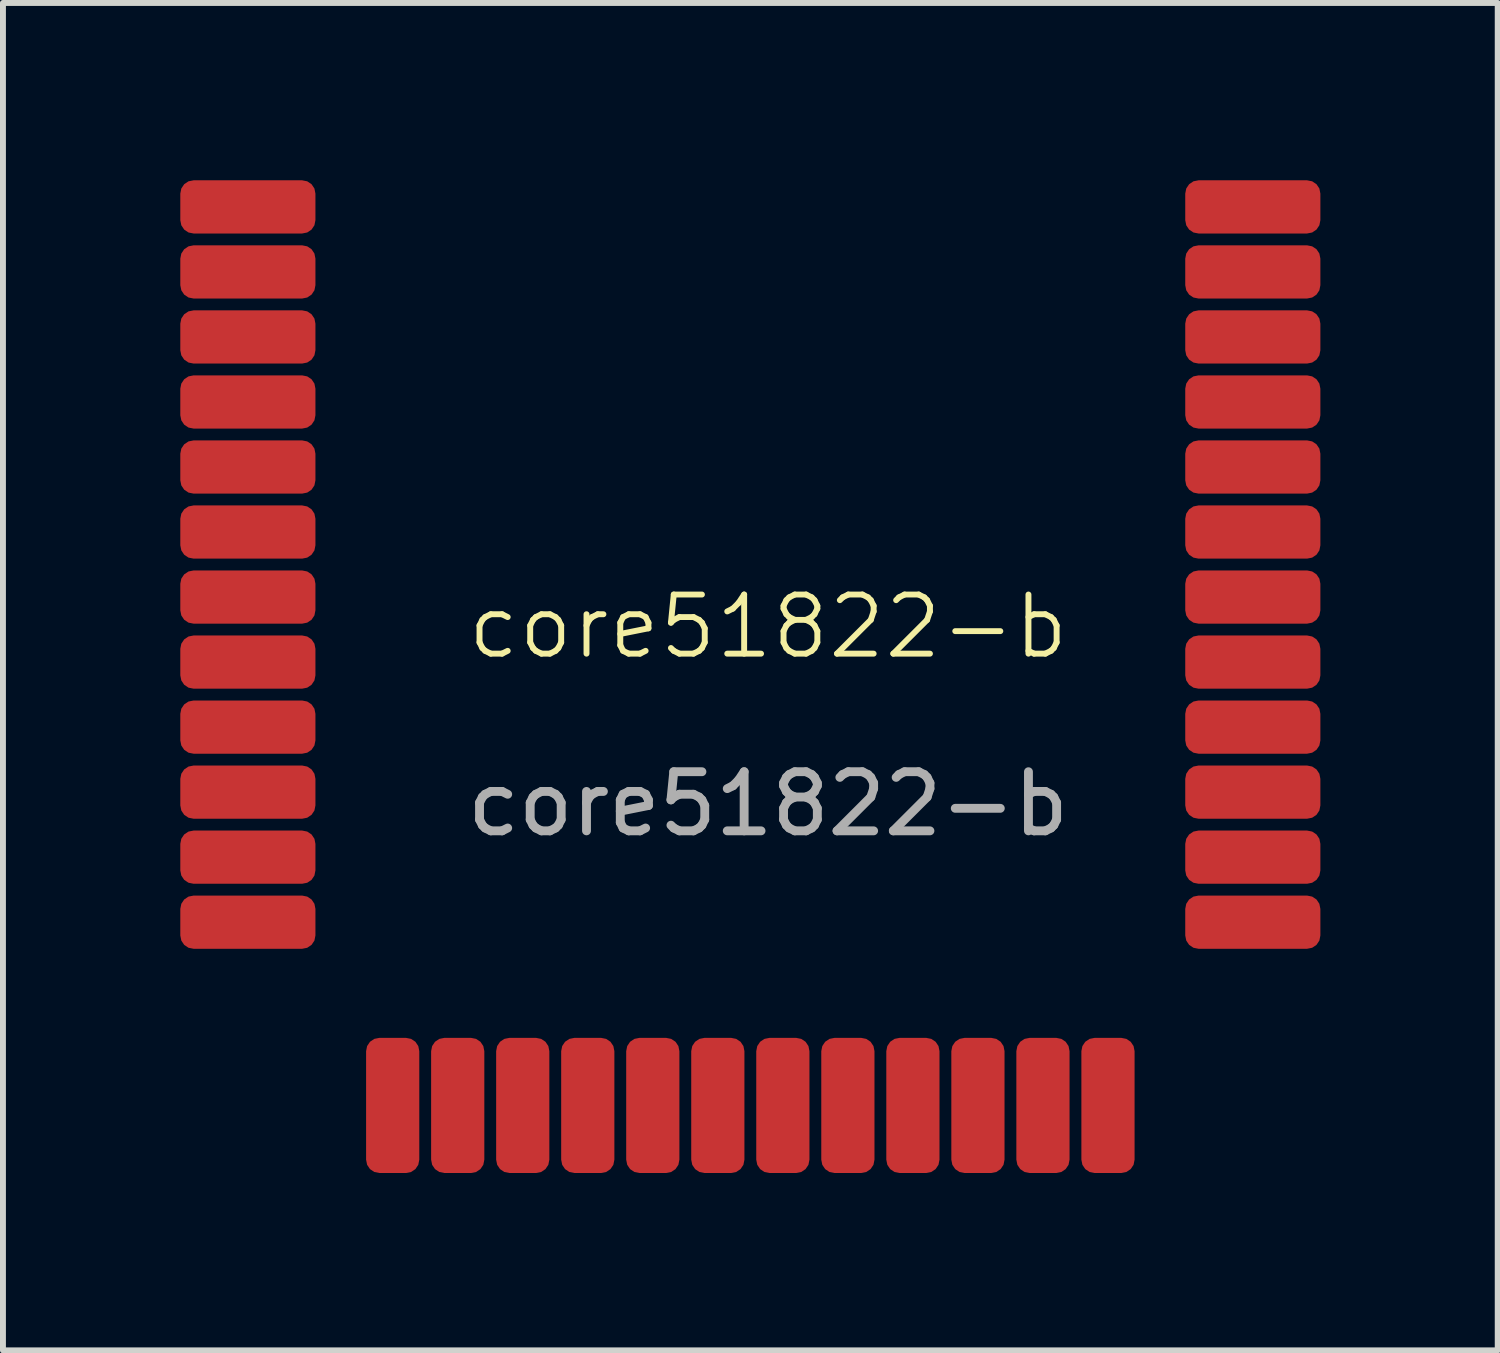
<source format=kicad_pcb>
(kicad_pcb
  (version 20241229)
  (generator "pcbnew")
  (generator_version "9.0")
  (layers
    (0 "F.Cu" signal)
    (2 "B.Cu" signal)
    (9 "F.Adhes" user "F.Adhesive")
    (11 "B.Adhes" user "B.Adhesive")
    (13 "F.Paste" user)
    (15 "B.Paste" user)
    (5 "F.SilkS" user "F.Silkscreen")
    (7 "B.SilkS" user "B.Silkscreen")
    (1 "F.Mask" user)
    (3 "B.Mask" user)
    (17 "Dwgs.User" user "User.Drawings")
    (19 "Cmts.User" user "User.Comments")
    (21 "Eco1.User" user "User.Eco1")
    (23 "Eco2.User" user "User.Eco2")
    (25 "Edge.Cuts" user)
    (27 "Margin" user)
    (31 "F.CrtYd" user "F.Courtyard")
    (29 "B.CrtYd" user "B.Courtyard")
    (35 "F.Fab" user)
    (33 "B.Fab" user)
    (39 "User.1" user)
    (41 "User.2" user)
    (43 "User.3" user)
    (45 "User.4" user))
  (footprint "core51822-b"
    (layer "F.Cu")
    (at 1.143 15.65)
    (property "Reference" "core51822-b" (at 8.8 -8.1 0) (unlocked yes) (layer "F.SilkS") (effects (font (size 1 1) (thickness 0.1))))
    (attr smd)
    (fp_text user "${REFERENCE}" (at 8.8 -5.1 0) (unlocked yes) (layer "F.Fab") (effects (font (size 1 1) (thickness 0.15))))
    (pad "0" smd roundrect (at 0 -15.2) (size 2.286 0.9) (layers "F.Cu" "F.Mask" "F.Paste") (roundrect_rratio 0.25))
    (pad "1" smd roundrect (at 0 -14.1) (size 2.286 0.9) (layers "F.Cu" "F.Mask" "F.Paste") (roundrect_rratio 0.25))
    (pad "2" smd roundrect (at 0 -13) (size 2.286 0.9) (layers "F.Cu" "F.Mask" "F.Paste") (roundrect_rratio 0.25))
    (pad "3" smd roundrect (at 0 -11.9) (size 2.286 0.9) (layers "F.Cu" "F.Mask" "F.Paste") (roundrect_rratio 0.25))
    (pad "4" smd roundrect (at 0 -10.8) (size 2.286 0.9) (layers "F.Cu" "F.Mask" "F.Paste") (roundrect_rratio 0.25))
    (pad "5" smd roundrect (at 0 -9.7) (size 2.286 0.9) (layers "F.Cu" "F.Mask" "F.Paste") (roundrect_rratio 0.25))
    (pad "6" smd roundrect (at 0 -8.6) (size 2.286 0.9) (layers "F.Cu" "F.Mask" "F.Paste") (roundrect_rratio 0.25))
    (pad "7" smd roundrect (at 0 -7.5) (size 2.286 0.9) (layers "F.Cu" "F.Mask" "F.Paste") (roundrect_rratio 0.25))
    (pad "8" smd roundrect (at 0 -6.4) (size 2.286 0.9) (layers "F.Cu" "F.Mask" "F.Paste") (roundrect_rratio 0.25))
    (pad "9" smd roundrect (at 0 -5.3) (size 2.286 0.9) (layers "F.Cu" "F.Mask" "F.Paste") (roundrect_rratio 0.25))
    (pad "10" smd roundrect (at 0 -4.2) (size 2.286 0.9) (layers "F.Cu" "F.Mask" "F.Paste") (roundrect_rratio 0.25))
    (pad "11" smd roundrect (at 0 -3.1) (size 2.286 0.9) (layers "F.Cu" "F.Mask" "F.Paste") (roundrect_rratio 0.25))
    (pad "12" smd roundrect (at 2.45 0 90) (size 2.286 0.9) (layers "F.Cu" "F.Mask" "F.Paste") (roundrect_rratio 0.25))
    (pad "13" smd roundrect (at 3.55 0 90) (size 2.286 0.9) (layers "F.Cu" "F.Mask" "F.Paste") (roundrect_rratio 0.25))
    (pad "14" smd roundrect (at 4.65 0 90) (size 2.286 0.9) (layers "F.Cu" "F.Mask" "F.Paste") (roundrect_rratio 0.25))
    (pad "15" smd roundrect (at 5.75 0 90) (size 2.286 0.9) (layers "F.Cu" "F.Mask" "F.Paste") (roundrect_rratio 0.25))
    (pad "16" smd roundrect (at 6.85 0 90) (size 2.286 0.9) (layers "F.Cu" "F.Mask" "F.Paste") (roundrect_rratio 0.25))
    (pad "17" smd roundrect (at 7.95 0 90) (size 2.286 0.9) (layers "F.Cu" "F.Mask" "F.Paste") (roundrect_rratio 0.25))
    (pad "18" smd roundrect (at 9.05 0 90) (size 2.286 0.9) (layers "F.Cu" "F.Mask" "F.Paste") (roundrect_rratio 0.25))
    (pad "19" smd roundrect (at 10.15 0 90) (size 2.286 0.9) (layers "F.Cu" "F.Mask" "F.Paste") (roundrect_rratio 0.25))
    (pad "20" smd roundrect (at 11.25 0 90) (size 2.286 0.9) (layers "F.Cu" "F.Mask" "F.Paste") (roundrect_rratio 0.25))
    (pad "21" smd roundrect (at 12.35 0 90) (size 2.286 0.9) (layers "F.Cu" "F.Mask" "F.Paste") (roundrect_rratio 0.25))
    (pad "22" smd roundrect (at 13.45 0 90) (size 2.286 0.9) (layers "F.Cu" "F.Mask" "F.Paste") (roundrect_rratio 0.25))
    (pad "23" smd roundrect (at 14.55 0 90) (size 2.286 0.9) (layers "F.Cu" "F.Mask" "F.Paste") (roundrect_rratio 0.25))
    (pad "24" smd roundrect (at 17 -3.1 180) (size 2.286 0.9) (layers "F.Cu" "F.Mask" "F.Paste") (roundrect_rratio 0.25))
    (pad "25" smd roundrect (at 17 -4.2 180) (size 2.286 0.9) (layers "F.Cu" "F.Mask" "F.Paste") (roundrect_rratio 0.25))
    (pad "26" smd roundrect (at 17 -5.3 180) (size 2.286 0.9) (layers "F.Cu" "F.Mask" "F.Paste") (roundrect_rratio 0.25))
    (pad "27" smd roundrect (at 17 -6.4 180) (size 2.286 0.9) (layers "F.Cu" "F.Mask" "F.Paste") (roundrect_rratio 0.25))
    (pad "28" smd roundrect (at 17 -7.5 180) (size 2.286 0.9) (layers "F.Cu" "F.Mask" "F.Paste") (roundrect_rratio 0.25))
    (pad "29" smd roundrect (at 17 -8.6 180) (size 2.286 0.9) (layers "F.Cu" "F.Mask" "F.Paste") (roundrect_rratio 0.25))
    (pad "30" smd roundrect (at 17 -9.7 180) (size 2.286 0.9) (layers "F.Cu" "F.Mask" "F.Paste") (roundrect_rratio 0.25))
    (pad "31" smd roundrect (at 17 -10.8 180) (size 2.286 0.9) (layers "F.Cu" "F.Mask" "F.Paste") (roundrect_rratio 0.25))
    (pad "32" smd roundrect (at 17 -11.9 180) (size 2.286 0.9) (layers "F.Cu" "F.Mask" "F.Paste") (roundrect_rratio 0.25))
    (pad "33" smd roundrect (at 17 -13 180) (size 2.286 0.9) (layers "F.Cu" "F.Mask" "F.Paste") (roundrect_rratio 0.25))
    (pad "34" smd roundrect (at 17 -14.1 180) (size 2.286 0.9) (layers "F.Cu" "F.Mask" "F.Paste") (roundrect_rratio 0.25))
    (pad "35" smd roundrect (at 17 -15.2 180) (size 2.286 0.9) (layers "F.Cu" "F.Mask" "F.Paste") (roundrect_rratio 0.25)))
  (gr_rect
    (start -3 -3)
    (end 22.286 19.793)
    (stroke (width 0.1) (type default))
    (fill no)
    (layer "Edge.Cuts")))
</source>
